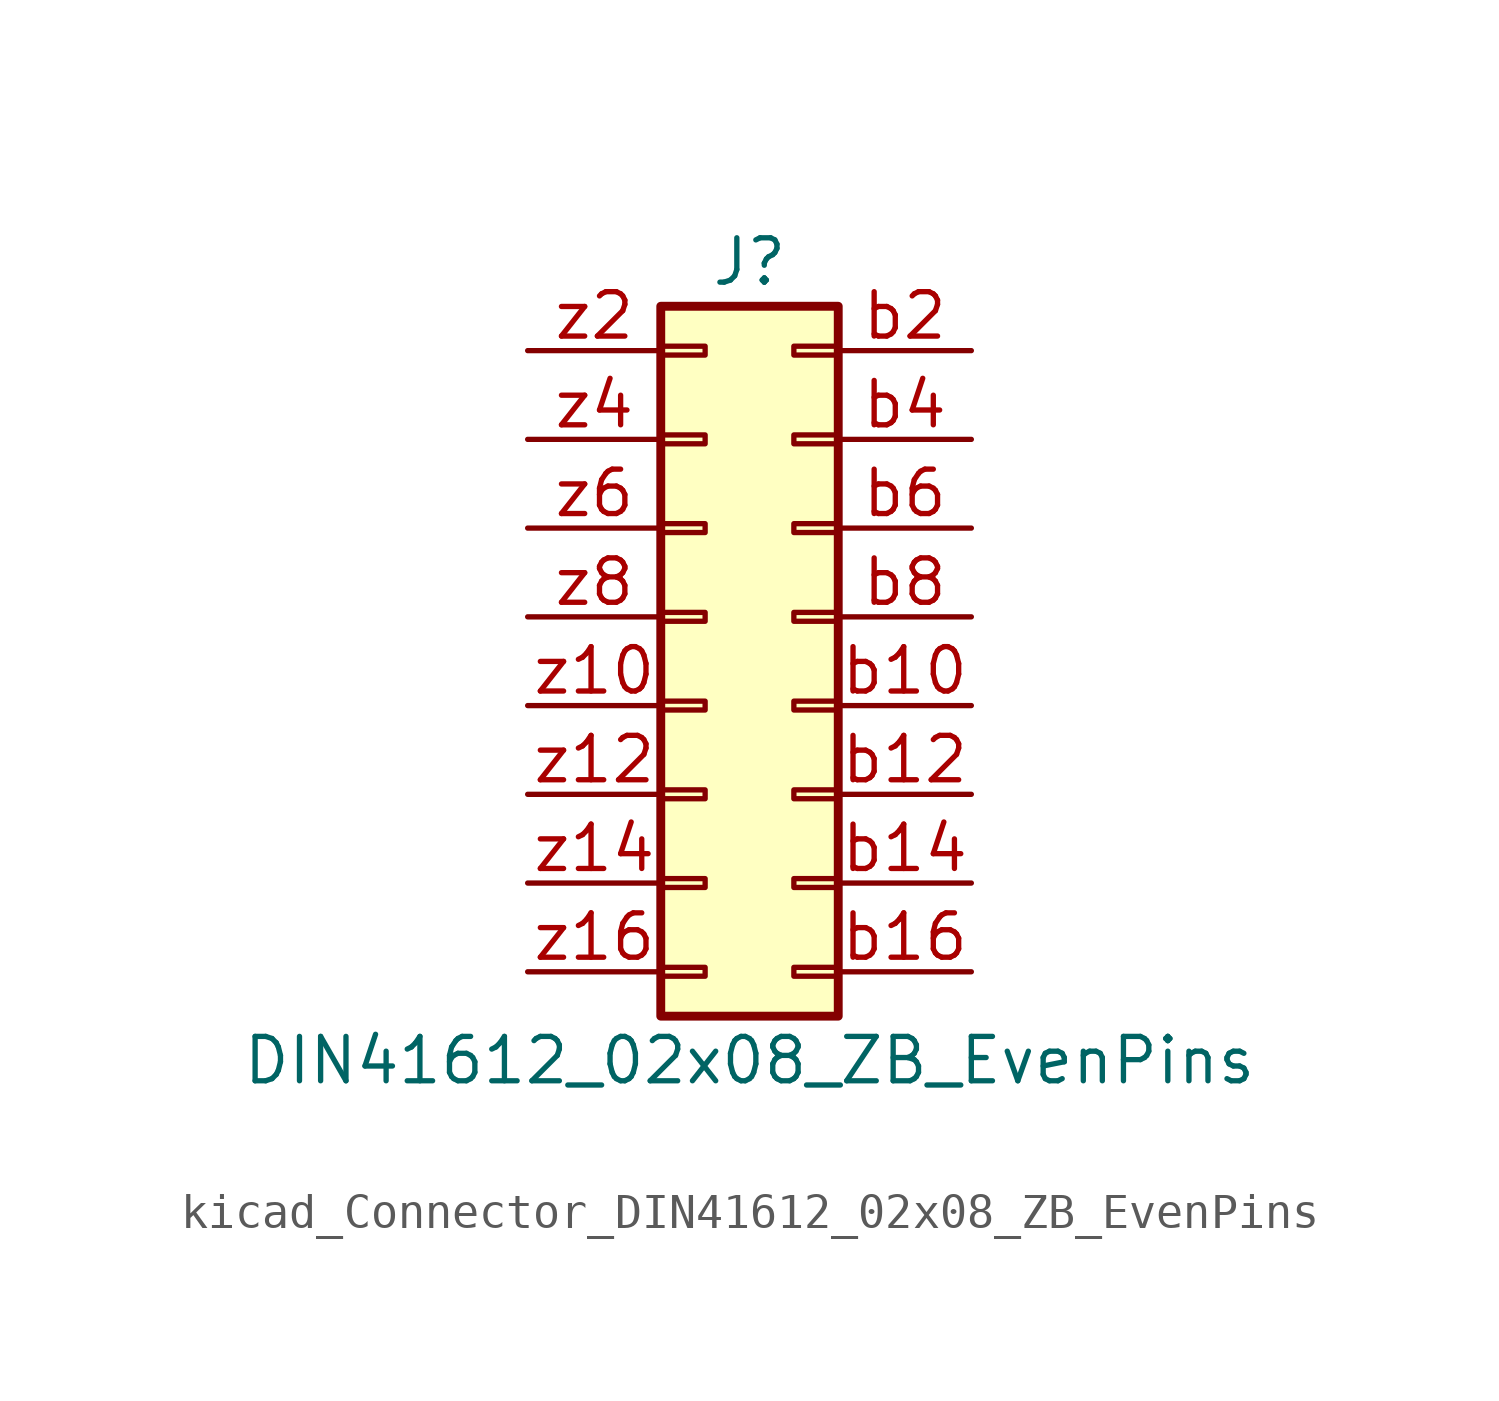
<source format=kicad_sym>
(kicad_symbol_lib
  (version 20220914)
  (generator kicad_symbol_editor)
  (symbol "kicad_Connector_DIN41612_02x08_ZB_EvenPins"
    (pin_names
      (offset 1.016) hide)
    (property "Reference" "J"
      (at 1.27 10.16 0)
      (effects (font (size 1.27 1.27))))
    (property "Value" "DIN41612_02x08_ZB_EvenPins"
      (at 1.27 -12.7 0)
      (effects (font (size 1.27 1.27))))
    (symbol "kicad_Connector_DIN41612_02x08_ZB_EvenPins_1_1"
      (rectangle (start -1.27 -10.033) (end 0 -10.287) (stroke (width 0.152) (type default)) (fill (type none)))
      (rectangle (start -1.27 -7.493) (end 0 -7.747) (stroke (width 0.152) (type default)) (fill (type none)))
      (rectangle (start -1.27 -4.953) (end 0 -5.207) (stroke (width 0.152) (type default)) (fill (type none)))
      (rectangle (start -1.27 -2.413) (end 0 -2.667) (stroke (width 0.152) (type default)) (fill (type none)))
      (rectangle (start -1.27 0.127) (end 0 -0.127) (stroke (width 0.152) (type default)) (fill (type none)))
      (rectangle (start -1.27 2.667) (end 0 2.413) (stroke (width 0.152) (type default)) (fill (type none)))
      (rectangle (start -1.27 5.207) (end 0 4.953) (stroke (width 0.152) (type default)) (fill (type none)))
      (rectangle (start -1.27 7.747) (end 0 7.493) (stroke (width 0.152) (type default)) (fill (type none)))
      (rectangle (start -1.27 8.89) (end 3.81 -11.43) (stroke (width 0.254) (type default)) (fill (type background)))
      (rectangle (start 3.81 -10.033) (end 2.54 -10.287) (stroke (width 0.152) (type default)) (fill (type none)))
      (rectangle (start 3.81 -7.493) (end 2.54 -7.747) (stroke (width 0.152) (type default)) (fill (type none)))
      (rectangle (start 3.81 -4.953) (end 2.54 -5.207) (stroke (width 0.152) (type default)) (fill (type none)))
      (rectangle (start 3.81 -2.413) (end 2.54 -2.667) (stroke (width 0.152) (type default)) (fill (type none)))
      (rectangle (start 3.81 0.127) (end 2.54 -0.127) (stroke (width 0.152) (type default)) (fill (type none)))
      (rectangle (start 3.81 2.667) (end 2.54 2.413) (stroke (width 0.152) (type default)) (fill (type none)))
      (rectangle (start 3.81 5.207) (end 2.54 4.953) (stroke (width 0.152) (type default)) (fill (type none)))
      (rectangle (start 3.81 7.747) (end 2.54 7.493) (stroke (width 0.152) (type default)) (fill (type none)))
      (pin passive line (at 7.62 -2.54 180) (length 3.81) (name "Pin_b10" (effects (font (size 1.27 1.27)))) (number "b10" (effects (font (size 1.27 1.27)))))
      (pin passive line (at 7.62 -5.08 180) (length 3.81) (name "Pin_b12" (effects (font (size 1.27 1.27)))) (number "b12" (effects (font (size 1.27 1.27)))))
      (pin passive line (at 7.62 -7.62 180) (length 3.81) (name "Pin_b14" (effects (font (size 1.27 1.27)))) (number "b14" (effects (font (size 1.27 1.27)))))
      (pin passive line (at 7.62 -10.16 180) (length 3.81) (name "Pin_b16" (effects (font (size 1.27 1.27)))) (number "b16" (effects (font (size 1.27 1.27)))))
      (pin passive line (at 7.62 7.62 180) (length 3.81) (name "Pin_b2" (effects (font (size 1.27 1.27)))) (number "b2" (effects (font (size 1.27 1.27)))))
      (pin passive line (at 7.62 5.08 180) (length 3.81) (name "Pin_b4" (effects (font (size 1.27 1.27)))) (number "b4" (effects (font (size 1.27 1.27)))))
      (pin passive line (at 7.62 2.54 180) (length 3.81) (name "Pin_b6" (effects (font (size 1.27 1.27)))) (number "b6" (effects (font (size 1.27 1.27)))))
      (pin passive line (at 7.62 0 180) (length 3.81) (name "Pin_b8" (effects (font (size 1.27 1.27)))) (number "b8" (effects (font (size 1.27 1.27)))))
      (pin passive line (at -5.08 -2.54 0) (length 3.81) (name "Pin_z10" (effects (font (size 1.27 1.27)))) (number "z10" (effects (font (size 1.27 1.27)))))
      (pin passive line (at -5.08 -5.08 0) (length 3.81) (name "Pin_z12" (effects (font (size 1.27 1.27)))) (number "z12" (effects (font (size 1.27 1.27)))))
      (pin passive line (at -5.08 -7.62 0) (length 3.81) (name "Pin_z14" (effects (font (size 1.27 1.27)))) (number "z14" (effects (font (size 1.27 1.27)))))
      (pin passive line (at -5.08 -10.16 0) (length 3.81) (name "Pin_z16" (effects (font (size 1.27 1.27)))) (number "z16" (effects (font (size 1.27 1.27)))))
      (pin passive line (at -5.08 7.62 0) (length 3.81) (name "Pin_z2" (effects (font (size 1.27 1.27)))) (number "z2" (effects (font (size 1.27 1.27)))))
      (pin passive line (at -5.08 5.08 0) (length 3.81) (name "Pin_z4" (effects (font (size 1.27 1.27)))) (number "z4" (effects (font (size 1.27 1.27)))))
      (pin passive line (at -5.08 2.54 0) (length 3.81) (name "Pin_z6" (effects (font (size 1.27 1.27)))) (number "z6" (effects (font (size 1.27 1.27)))))
      (pin passive line (at -5.08 0 0) (length 3.81) (name "Pin_z8" (effects (font (size 1.27 1.27)))) (number "z8" (effects (font (size 1.27 1.27))))))))
</source>
